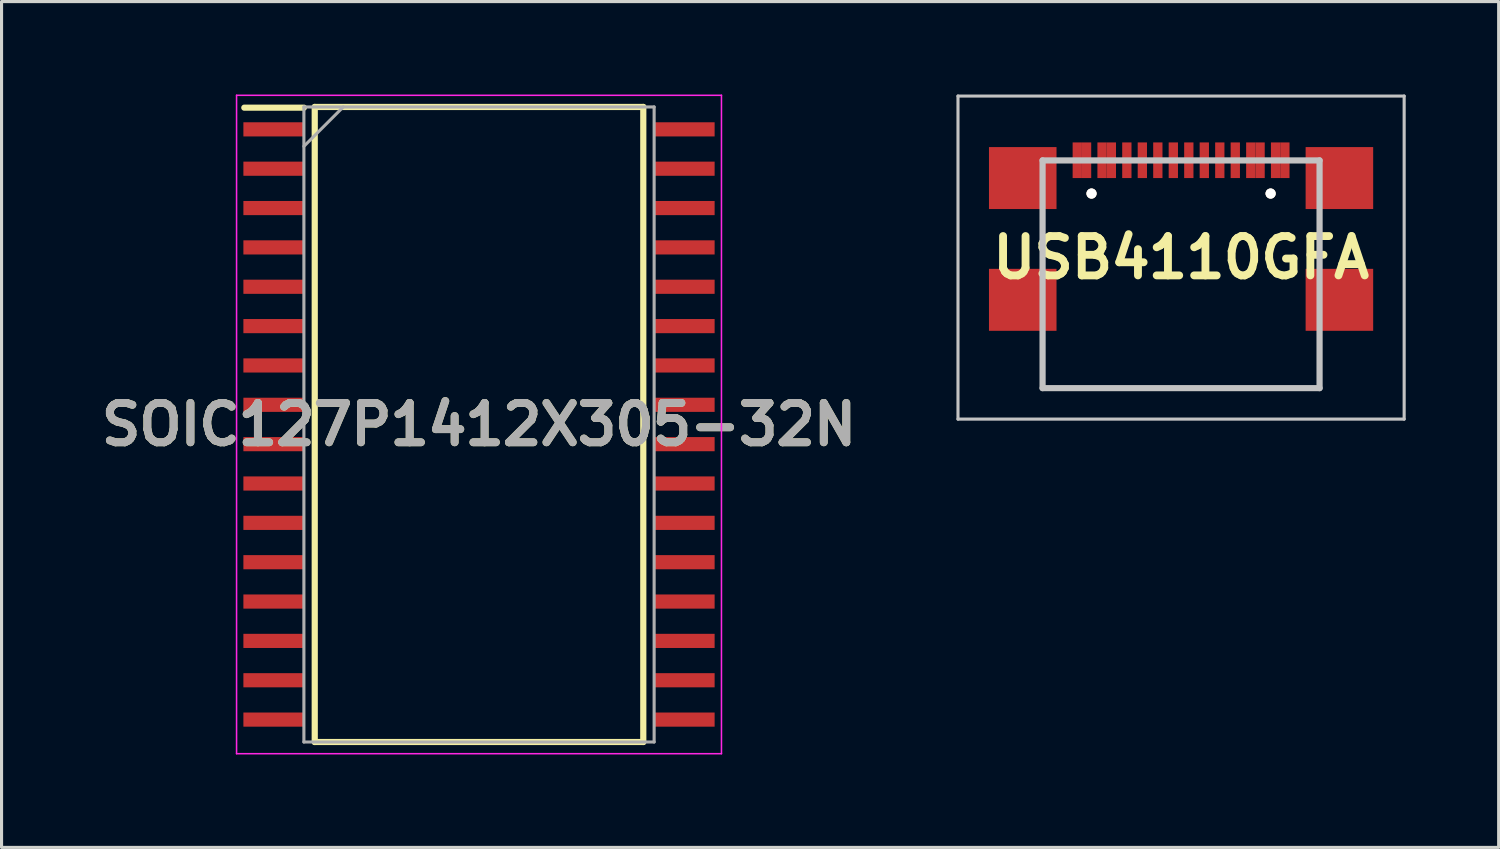
<source format=kicad_pcb>
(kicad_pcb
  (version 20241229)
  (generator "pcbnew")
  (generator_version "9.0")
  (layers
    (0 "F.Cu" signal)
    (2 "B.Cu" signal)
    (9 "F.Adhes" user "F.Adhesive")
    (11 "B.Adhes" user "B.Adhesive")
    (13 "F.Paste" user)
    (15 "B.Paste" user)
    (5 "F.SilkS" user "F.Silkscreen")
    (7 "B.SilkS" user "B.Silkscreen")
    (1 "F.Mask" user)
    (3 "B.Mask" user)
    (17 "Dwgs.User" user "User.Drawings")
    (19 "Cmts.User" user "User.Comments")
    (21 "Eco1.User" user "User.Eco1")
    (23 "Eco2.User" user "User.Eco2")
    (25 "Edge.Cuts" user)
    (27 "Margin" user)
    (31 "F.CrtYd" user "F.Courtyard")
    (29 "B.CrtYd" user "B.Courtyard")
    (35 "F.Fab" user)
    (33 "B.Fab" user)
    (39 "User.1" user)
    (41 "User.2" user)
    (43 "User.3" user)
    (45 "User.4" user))
  (footprint "USB4110GFA"
    (layer "F.Cu")
    (at 35.069 5.8)
    (property "Reference" "USB4110GFA" (at 0 -0.536 0) (layer "F.SilkS") (effects (font (size 1.27 1.27) (thickness 0.254))))
    (attr through_hole exclude_from_pos_files)
    (fp_line (start -4.5 -1.5) (end -4.5 -0.75) (stroke (width 0.1) (type solid)) (layer "F.SilkS"))
    (fp_line (start -4.5 -0.75) (end -4.47 -0.75) (stroke (width 0.1) (type solid)) (layer "F.SilkS"))
    (fp_line (start -4.47 -1.5) (end -4.5 -1.5) (stroke (width 0.1) (type solid)) (layer "F.SilkS"))
    (fp_line (start -4.47 -0.75) (end -4.47 -1.5) (stroke (width 0.1) (type solid)) (layer "F.SilkS"))
    (fp_line (start -4.47 2.5) (end -4.47 2.5) (stroke (width 0.1) (type solid)) (layer "F.SilkS"))
    (fp_line (start -4.47 2.5) (end -4.47 3.677) (stroke (width 0.1) (type solid)) (layer "F.SilkS"))
    (fp_line (start -4.47 3.677) (end -4.47 2.5) (stroke (width 0.1) (type solid)) (layer "F.SilkS"))
    (fp_line (start -4.47 3.677) (end -4.47 3.677) (stroke (width 0.1) (type solid)) (layer "F.SilkS"))
    (fp_line (start -4.47 3.677) (end -4.47 3.677) (stroke (width 0.1) (type solid)) (layer "F.SilkS"))
    (fp_line (start -4.47 3.677) (end 4.47 3.677) (stroke (width 0.1) (type solid)) (layer "F.SilkS"))
    (fp_line (start 4.47 -1.75) (end 4.47 -1.75) (stroke (width 0.1) (type solid)) (layer "F.SilkS"))
    (fp_line (start 4.47 -1.75) (end 4.47 -0.75) (stroke (width 0.1) (type solid)) (layer "F.SilkS"))
    (fp_line (start 4.47 -0.75) (end 4.47 -1.75) (stroke (width 0.1) (type solid)) (layer "F.SilkS"))
    (fp_line (start 4.47 -0.75) (end 4.47 -0.75) (stroke (width 0.1) (type solid)) (layer "F.SilkS"))
    (fp_line (start 4.47 2.25) (end 4.47 2.25) (stroke (width 0.1) (type solid)) (layer "F.SilkS"))
    (fp_line (start 4.47 2.25) (end 4.47 3.677) (stroke (width 0.1) (type solid)) (layer "F.SilkS"))
    (fp_line (start 4.47 3.677) (end -4.47 3.677) (stroke (width 0.1) (type solid)) (layer "F.SilkS"))
    (fp_line (start 4.47 3.677) (end 4.47 2.25) (stroke (width 0.1) (type solid)) (layer "F.SilkS"))
    (fp_line (start 4.47 3.677) (end 4.47 3.677) (stroke (width 0.1) (type solid)) (layer "F.SilkS"))
    (fp_line (start 4.47 3.677) (end 4.47 3.677) (stroke (width 0.1) (type solid)) (layer "F.SilkS"))
    (fp_line (start -7.2 -5.75) (end 7.2 -5.75) (stroke (width 0.1) (type solid)) (layer "Dwgs.User"))
    (fp_line (start -7.2 4.677) (end -7.2 -5.75) (stroke (width 0.1) (type solid)) (layer "Dwgs.User"))
    (fp_line (start -4.47 -3.673) (end -4.47 3.677) (stroke (width 0.2) (type solid)) (layer "Dwgs.User"))
    (fp_line (start -4.47 3.677) (end 4.47 3.677) (stroke (width 0.2) (type solid)) (layer "Dwgs.User"))
    (fp_line (start 4.47 -3.673) (end -4.47 -3.673) (stroke (width 0.2) (type solid)) (layer "Dwgs.User"))
    (fp_line (start 4.47 3.677) (end 4.47 -3.673) (stroke (width 0.2) (type solid)) (layer "Dwgs.User"))
    (fp_line (start 7.2 -5.75) (end 7.2 4.677) (stroke (width 0.1) (type solid)) (layer "Dwgs.User"))
    (fp_line (start 7.2 4.677) (end -7.2 4.677) (stroke (width 0.1) (type solid)) (layer "Dwgs.User"))
    (pad "A1" smd rect (at -3.35 -3.678) (size 0.3 1.15) (layers "F.Cu" "F.Mask" "F.Paste"))
    (pad "A4" smd rect (at -2.55 -3.678) (size 0.3 1.15) (layers "F.Cu" "F.Mask" "F.Paste"))
    (pad "A5" smd rect (at -1.25 -3.678) (size 0.3 1.15) (layers "F.Cu" "F.Mask" "F.Paste"))
    (pad "A6" smd rect (at -0.25 -3.678) (size 0.3 1.15) (layers "F.Cu" "F.Mask" "F.Paste"))
    (pad "A7" smd rect (at 0.25 -3.678) (size 0.3 1.15) (layers "F.Cu" "F.Mask" "F.Paste"))
    (pad "A8" smd rect (at 1.25 -3.678) (size 0.3 1.15) (layers "F.Cu" "F.Mask" "F.Paste"))
    (pad "A9" smd rect (at 2.55 -3.678) (size 0.3 1.15) (layers "F.Cu" "F.Mask" "F.Paste"))
    (pad "A12" smd rect (at 3.35 -3.678) (size 0.3 1.15) (layers "F.Cu" "F.Mask" "F.Paste"))
    (pad "B1" smd rect (at 3.05 -3.678) (size 0.3 1.15) (layers "F.Cu" "F.Mask" "F.Paste"))
    (pad "B4" smd rect (at 2.25 -3.678) (size 0.3 1.15) (layers "F.Cu" "F.Mask" "F.Paste"))
    (pad "B5" smd rect (at 1.75 -3.678) (size 0.3 1.15) (layers "F.Cu" "F.Mask" "F.Paste"))
    (pad "B6" smd rect (at 0.75 -3.678) (size 0.3 1.15) (layers "F.Cu" "F.Mask" "F.Paste"))
    (pad "B7" smd rect (at -0.75 -3.678) (size 0.3 1.15) (layers "F.Cu" "F.Mask" "F.Paste"))
    (pad "B8" smd rect (at -1.75 -3.678) (size 0.3 1.15) (layers "F.Cu" "F.Mask" "F.Paste"))
    (pad "B9" smd rect (at -2.25 -3.678) (size 0.3 1.15) (layers "F.Cu" "F.Mask" "F.Paste"))
    (pad "B12" smd rect (at -3.05 -3.678) (size 0.3 1.15) (layers "F.Cu" "F.Mask" "F.Paste"))
    (pad "MH1" thru_hole circle (at -2.89 -2.603 90) (size 0.325 0.325) (drill 0.65) (layers "*.Cu" "*.Mask" "F.SilkS"))
    (pad "MH2" thru_hole circle (at 2.89 -2.603 90) (size 0.325 0.325) (drill 0.65) (layers "*.Cu" "*.Mask" "F.SilkS"))
    (pad "MP1" smd rect (at -5.11 0.827 90) (size 2 2.18) (layers "F.Cu" "F.Mask" "F.Paste"))
    (pad "MP2" smd rect (at 5.11 0.827 90) (size 2 2.18) (layers "F.Cu" "F.Mask" "F.Paste"))
    (pad "MP3" smd rect (at -5.11 -3.103 90) (size 2 2.18) (layers "F.Cu" "F.Mask" "F.Paste"))
    (pad "MP4" smd rect (at 5.11 -3.103 90) (size 2 2.18) (layers "F.Cu" "F.Mask" "F.Paste")))
  (footprint "SOIC127P1412X305-32N"
    (layer "F.Cu")
    (at 12.41 10.65)
    (property "Reference" "SOIC127P1412X305-32N" (at 0 0 0) (layer "F.SilkS") (effects (font (size 1.27 1.27) (thickness 0.254))))
    (attr smd)
    (fp_line (start -7.575 -10.225) (end -5.652 -10.225) (stroke (width 0.2) (type solid)) (layer "F.SilkS"))
    (fp_line (start -5.302 -10.248) (end 5.302 -10.248) (stroke (width 0.2) (type solid)) (layer "F.SilkS"))
    (fp_line (start -5.302 10.248) (end -5.302 -10.248) (stroke (width 0.2) (type solid)) (layer "F.SilkS"))
    (fp_line (start 5.302 -10.248) (end 5.302 10.248) (stroke (width 0.2) (type solid)) (layer "F.SilkS"))
    (fp_line (start 5.302 10.248) (end -5.302 10.248) (stroke (width 0.2) (type solid)) (layer "F.SilkS"))
    (fp_line (start -7.825 -10.625) (end 7.825 -10.625) (stroke (width 0.05) (type solid)) (layer "F.CrtYd"))
    (fp_line (start -7.825 10.625) (end -7.825 -10.625) (stroke (width 0.05) (type solid)) (layer "F.CrtYd"))
    (fp_line (start 7.825 -10.625) (end 7.825 10.625) (stroke (width 0.05) (type solid)) (layer "F.CrtYd"))
    (fp_line (start 7.825 10.625) (end -7.825 10.625) (stroke (width 0.05) (type solid)) (layer "F.CrtYd"))
    (fp_line (start -5.652 -10.248) (end 5.652 -10.248) (stroke (width 0.1) (type solid)) (layer "F.Fab"))
    (fp_line (start -5.652 -8.978) (end -4.382 -10.248) (stroke (width 0.1) (type solid)) (layer "F.Fab"))
    (fp_line (start -5.652 10.248) (end -5.652 -10.248) (stroke (width 0.1) (type solid)) (layer "F.Fab"))
    (fp_line (start 5.652 -10.248) (end 5.652 10.248) (stroke (width 0.1) (type solid)) (layer "F.Fab"))
    (fp_line (start 5.652 10.248) (end -5.652 10.248) (stroke (width 0.1) (type solid)) (layer "F.Fab"))
    (fp_text user "${REFERENCE}" (at 0 0 0) (layer "F.Fab") (effects (font (size 1.27 1.27) (thickness 0.254))))
    (pad "1" smd rect (at -6.614 -9.525 90) (size 0.457 1.981) (layers "F.Cu" "F.Mask" "F.Paste"))
    (pad "2" smd rect (at -6.614 -8.255 90) (size 0.457 1.981) (layers "F.Cu" "F.Mask" "F.Paste"))
    (pad "3" smd rect (at -6.614 -6.985 90) (size 0.457 1.981) (layers "F.Cu" "F.Mask" "F.Paste"))
    (pad "4" smd rect (at -6.614 -5.715 90) (size 0.457 1.981) (layers "F.Cu" "F.Mask" "F.Paste"))
    (pad "5" smd rect (at -6.614 -4.445 90) (size 0.457 1.981) (layers "F.Cu" "F.Mask" "F.Paste"))
    (pad "6" smd rect (at -6.614 -3.175 90) (size 0.457 1.981) (layers "F.Cu" "F.Mask" "F.Paste"))
    (pad "7" smd rect (at -6.614 -1.905 90) (size 0.457 1.981) (layers "F.Cu" "F.Mask" "F.Paste"))
    (pad "8" smd rect (at -6.614 -0.635 90) (size 0.457 1.981) (layers "F.Cu" "F.Mask" "F.Paste"))
    (pad "9" smd rect (at -6.614 0.635 90) (size 0.457 1.981) (layers "F.Cu" "F.Mask" "F.Paste"))
    (pad "10" smd rect (at -6.614 1.905 90) (size 0.457 1.981) (layers "F.Cu" "F.Mask" "F.Paste"))
    (pad "11" smd rect (at -6.614 3.175 90) (size 0.457 1.981) (layers "F.Cu" "F.Mask" "F.Paste"))
    (pad "12" smd rect (at -6.614 4.445 90) (size 0.457 1.981) (layers "F.Cu" "F.Mask" "F.Paste"))
    (pad "13" smd rect (at -6.614 5.715 90) (size 0.457 1.981) (layers "F.Cu" "F.Mask" "F.Paste"))
    (pad "14" smd rect (at -6.614 6.985 90) (size 0.457 1.981) (layers "F.Cu" "F.Mask" "F.Paste"))
    (pad "15" smd rect (at -6.614 8.255 90) (size 0.457 1.981) (layers "F.Cu" "F.Mask" "F.Paste"))
    (pad "16" smd rect (at -6.614 9.525 90) (size 0.457 1.981) (layers "F.Cu" "F.Mask" "F.Paste"))
    (pad "17" smd rect (at 6.614 9.525 90) (size 0.457 1.981) (layers "F.Cu" "F.Mask" "F.Paste"))
    (pad "18" smd rect (at 6.614 8.255 90) (size 0.457 1.981) (layers "F.Cu" "F.Mask" "F.Paste"))
    (pad "19" smd rect (at 6.614 6.985 90) (size 0.457 1.981) (layers "F.Cu" "F.Mask" "F.Paste"))
    (pad "20" smd rect (at 6.614 5.715 90) (size 0.457 1.981) (layers "F.Cu" "F.Mask" "F.Paste"))
    (pad "21" smd rect (at 6.614 4.445 90) (size 0.457 1.981) (layers "F.Cu" "F.Mask" "F.Paste"))
    (pad "22" smd rect (at 6.614 3.175 90) (size 0.457 1.981) (layers "F.Cu" "F.Mask" "F.Paste"))
    (pad "23" smd rect (at 6.614 1.905 90) (size 0.457 1.981) (layers "F.Cu" "F.Mask" "F.Paste"))
    (pad "24" smd rect (at 6.614 0.635 90) (size 0.457 1.981) (layers "F.Cu" "F.Mask" "F.Paste"))
    (pad "25" smd rect (at 6.614 -0.635 90) (size 0.457 1.981) (layers "F.Cu" "F.Mask" "F.Paste"))
    (pad "26" smd rect (at 6.614 -1.905 90) (size 0.457 1.981) (layers "F.Cu" "F.Mask" "F.Paste"))
    (pad "27" smd rect (at 6.614 -3.175 90) (size 0.457 1.981) (layers "F.Cu" "F.Mask" "F.Paste"))
    (pad "28" smd rect (at 6.614 -4.445 90) (size 0.457 1.981) (layers "F.Cu" "F.Mask" "F.Paste"))
    (pad "29" smd rect (at 6.614 -5.715 90) (size 0.457 1.981) (layers "F.Cu" "F.Mask" "F.Paste"))
    (pad "30" smd rect (at 6.614 -6.985 90) (size 0.457 1.981) (layers "F.Cu" "F.Mask" "F.Paste"))
    (pad "31" smd rect (at 6.614 -8.255 90) (size 0.457 1.981) (layers "F.Cu" "F.Mask" "F.Paste"))
    (pad "32" smd rect (at 6.614 -9.525 90) (size 0.457 1.981) (layers "F.Cu" "F.Mask" "F.Paste")))
  (gr_rect
    (start -3 -3)
    (end 45.319 24.3)
    (stroke (width 0.1) (type default))
    (fill no)
    (layer "Edge.Cuts")))
</source>
